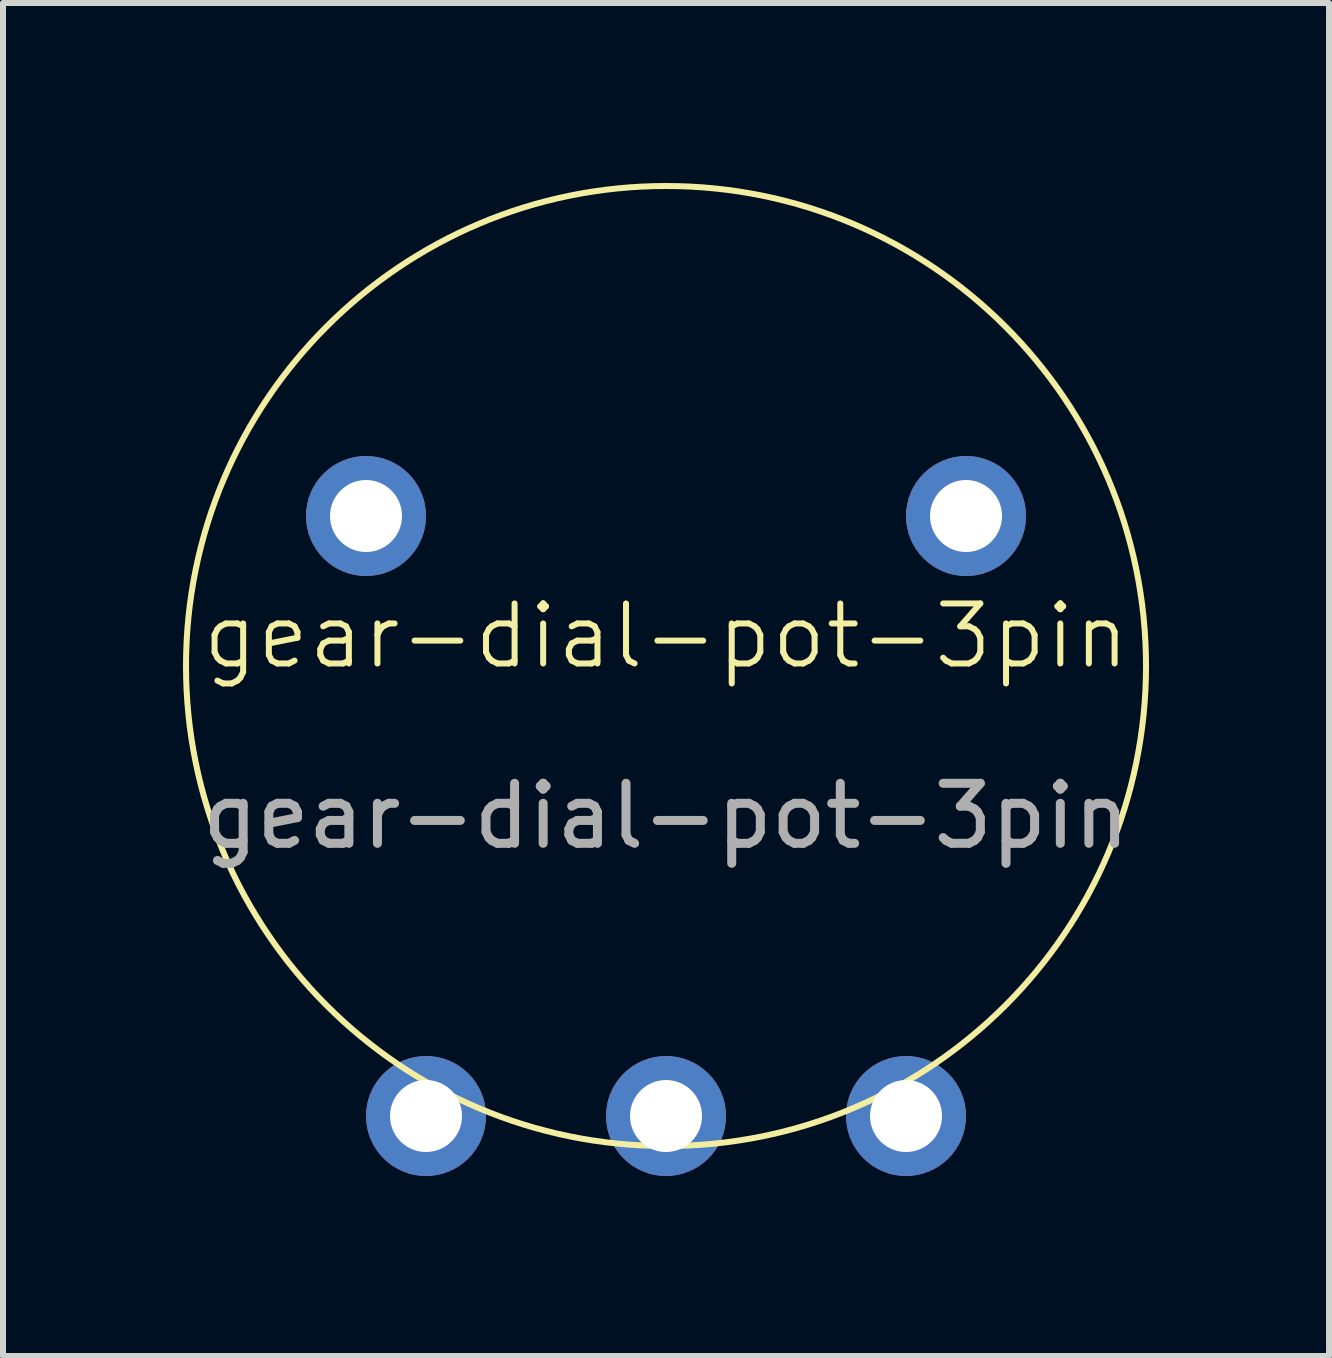
<source format=kicad_pcb>
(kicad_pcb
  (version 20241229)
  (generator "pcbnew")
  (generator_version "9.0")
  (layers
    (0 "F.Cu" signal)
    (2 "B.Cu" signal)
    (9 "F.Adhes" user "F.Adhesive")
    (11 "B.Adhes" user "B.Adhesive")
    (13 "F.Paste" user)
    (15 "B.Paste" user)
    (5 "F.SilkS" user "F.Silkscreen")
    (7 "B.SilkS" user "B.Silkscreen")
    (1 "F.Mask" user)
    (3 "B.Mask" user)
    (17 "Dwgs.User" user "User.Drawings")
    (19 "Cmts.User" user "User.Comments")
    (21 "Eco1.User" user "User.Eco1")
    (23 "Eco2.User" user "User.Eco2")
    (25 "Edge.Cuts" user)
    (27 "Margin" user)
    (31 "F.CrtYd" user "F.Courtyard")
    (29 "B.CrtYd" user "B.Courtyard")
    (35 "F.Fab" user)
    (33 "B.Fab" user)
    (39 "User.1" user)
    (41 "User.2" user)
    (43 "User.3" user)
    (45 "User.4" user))
  (footprint "gear-dial-pot-3pin"
    (layer "F.Cu")
    (at 8.05 8.05)
    (property "Reference" "gear-dial-pot-3pin" (at 0 -0.5 0) (unlocked yes) (layer "F.SilkS") (effects (font (size 1 1) (thickness 0.1))))
    (attr through_hole)
    (fp_circle (center 0 0) (end 8 0) (stroke (width 0.1) (type default)) (fill no) (layer "F.SilkS"))
    (fp_text user "${REFERENCE}" (at 0 2.5 0) (unlocked yes) (layer "F.Fab") (effects (font (size 1 1) (thickness 0.15))))
    (pad "" thru_hole circle (at -5 -2.5) (size 2 2) (drill 1.2) (layers "*.Cu" "*.Mask"))
    (pad "" thru_hole circle (at 5 -2.5) (size 2 2) (drill 1.2) (layers "*.Cu" "*.Mask"))
    (pad "1" thru_hole circle (at -4 7.5) (size 2 2) (drill 1.2) (layers "*.Cu" "*.Mask"))
    (pad "2" thru_hole circle (at 0 7.5) (size 2 2) (drill 1.2) (layers "*.Cu" "*.Mask"))
    (pad "3" thru_hole circle (at 4 7.5) (size 2 2) (drill 1.2) (layers "*.Cu" "*.Mask")))
  (gr_rect
    (start -3 -3)
    (end 19.1 19.55)
    (stroke (width 0.1) (type default))
    (fill no)
    (layer "Edge.Cuts")))
</source>
